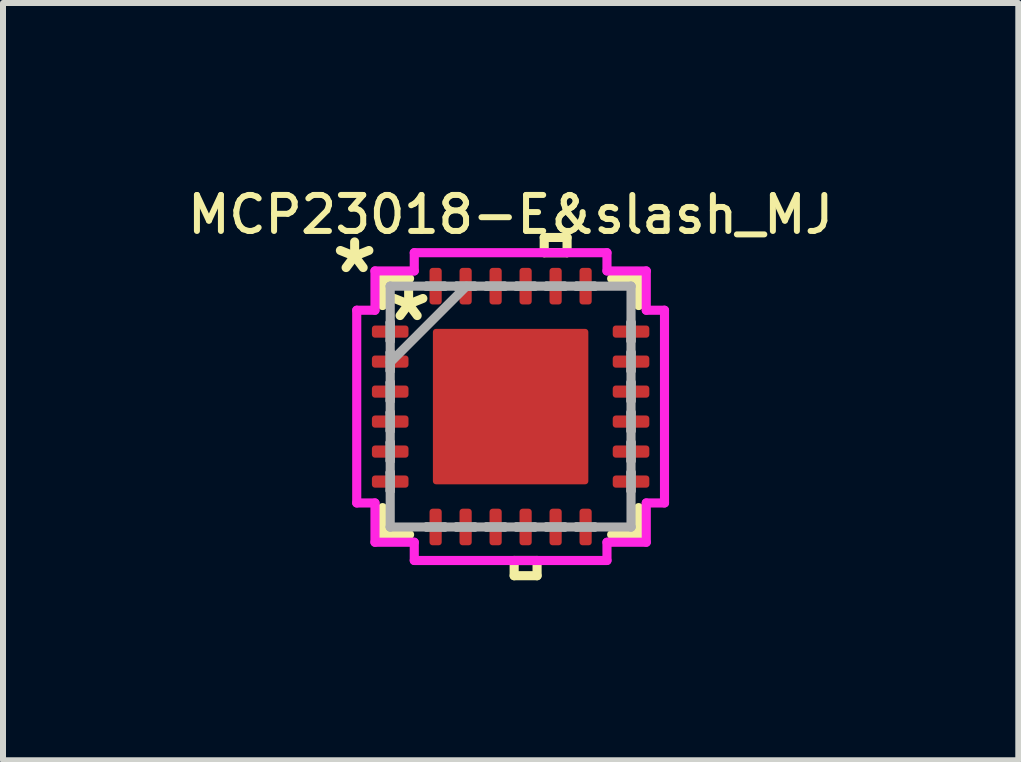
<source format=kicad_pcb>
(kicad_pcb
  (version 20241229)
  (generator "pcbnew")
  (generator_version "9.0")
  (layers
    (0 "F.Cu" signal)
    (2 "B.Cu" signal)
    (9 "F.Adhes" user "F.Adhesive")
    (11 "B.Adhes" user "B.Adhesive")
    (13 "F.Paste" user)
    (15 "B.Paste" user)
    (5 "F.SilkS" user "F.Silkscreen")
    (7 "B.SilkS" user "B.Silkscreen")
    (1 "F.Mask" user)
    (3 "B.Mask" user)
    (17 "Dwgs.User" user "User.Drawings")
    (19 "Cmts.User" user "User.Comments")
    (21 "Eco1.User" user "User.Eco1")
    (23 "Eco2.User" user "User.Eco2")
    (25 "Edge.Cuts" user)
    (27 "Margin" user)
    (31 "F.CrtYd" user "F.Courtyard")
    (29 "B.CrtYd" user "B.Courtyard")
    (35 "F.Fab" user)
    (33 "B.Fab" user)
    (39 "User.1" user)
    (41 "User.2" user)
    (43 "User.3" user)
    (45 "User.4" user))
  (footprint "MCP23018-E&slash_MJ"
    (layer "F.Cu")
    (at 5.461 3.727)
    (property "Reference" "MCP23018-E&slash_MJ" (at 0 -3.2 0) (layer "F.SilkS") (effects (font (size 0.6 0.6) (thickness 0.1))))
    (attr smd)
    (fp_line (start -2.134 -2.134) (end -2.134 -1.684) (stroke (width 0.152) (type solid)) (layer "F.SilkS"))
    (fp_line (start -2.134 1.684) (end -2.134 2.134) (stroke (width 0.152) (type solid)) (layer "F.SilkS"))
    (fp_line (start -2.134 2.134) (end -1.684 2.134) (stroke (width 0.152) (type solid)) (layer "F.SilkS"))
    (fp_line (start -1.684 -2.134) (end -2.134 -2.134) (stroke (width 0.152) (type solid)) (layer "F.SilkS"))
    (fp_line (start 0.059 2.565) (end 0.059 2.819) (stroke (width 0.152) (type solid)) (layer "F.SilkS"))
    (fp_line (start 0.059 2.819) (end 0.441 2.819) (stroke (width 0.152) (type solid)) (layer "F.SilkS"))
    (fp_line (start 0.441 2.565) (end 0.059 2.565) (stroke (width 0.152) (type solid)) (layer "F.SilkS"))
    (fp_line (start 0.441 2.819) (end 0.441 2.565) (stroke (width 0.152) (type solid)) (layer "F.SilkS"))
    (fp_line (start 0.56 -2.819) (end 0.941 -2.819) (stroke (width 0.152) (type solid)) (layer "F.SilkS"))
    (fp_line (start 0.56 -2.565) (end 0.56 -2.819) (stroke (width 0.152) (type solid)) (layer "F.SilkS"))
    (fp_line (start 0.941 -2.819) (end 0.941 -2.565) (stroke (width 0.152) (type solid)) (layer "F.SilkS"))
    (fp_line (start 0.941 -2.565) (end 0.56 -2.565) (stroke (width 0.152) (type solid)) (layer "F.SilkS"))
    (fp_line (start 1.684 2.134) (end 2.134 2.134) (stroke (width 0.152) (type solid)) (layer "F.SilkS"))
    (fp_line (start 2.134 -2.134) (end 1.684 -2.134) (stroke (width 0.152) (type solid)) (layer "F.SilkS"))
    (fp_line (start 2.134 -1.684) (end 2.134 -2.134) (stroke (width 0.152) (type solid)) (layer "F.SilkS"))
    (fp_line (start 2.134 2.134) (end 2.134 1.684) (stroke (width 0.152) (type solid)) (layer "F.SilkS"))
    (fp_line (start -1.195 -1.195) (end -1.195 -0.1) (stroke (width 0.152) (type solid)) (layer "F.Paste"))
    (fp_line (start -1.195 -0.1) (end -0.1 -0.1) (stroke (width 0.152) (type solid)) (layer "F.Paste"))
    (fp_line (start -1.195 0.1) (end -1.195 1.195) (stroke (width 0.152) (type solid)) (layer "F.Paste"))
    (fp_line (start -1.195 1.195) (end -0.1 1.195) (stroke (width 0.152) (type solid)) (layer "F.Paste"))
    (fp_line (start -0.1 -1.195) (end -1.195 -1.195) (stroke (width 0.152) (type solid)) (layer "F.Paste"))
    (fp_line (start -0.1 -0.1) (end -0.1 -1.195) (stroke (width 0.152) (type solid)) (layer "F.Paste"))
    (fp_line (start -0.1 0.1) (end -1.195 0.1) (stroke (width 0.152) (type solid)) (layer "F.Paste"))
    (fp_line (start -0.1 1.195) (end -0.1 0.1) (stroke (width 0.152) (type solid)) (layer "F.Paste"))
    (fp_line (start 0.1 -1.195) (end 0.1 -0.1) (stroke (width 0.152) (type solid)) (layer "F.Paste"))
    (fp_line (start 0.1 -0.1) (end 1.195 -0.1) (stroke (width 0.152) (type solid)) (layer "F.Paste"))
    (fp_line (start 0.1 0.1) (end 0.1 1.195) (stroke (width 0.152) (type solid)) (layer "F.Paste"))
    (fp_line (start 0.1 1.195) (end 1.195 1.195) (stroke (width 0.152) (type solid)) (layer "F.Paste"))
    (fp_line (start 1.195 -1.195) (end 0.1 -1.195) (stroke (width 0.152) (type solid)) (layer "F.Paste"))
    (fp_line (start 1.195 -0.1) (end 1.195 -1.195) (stroke (width 0.152) (type solid)) (layer "F.Paste"))
    (fp_line (start 1.195 0.1) (end 0.1 0.1) (stroke (width 0.152) (type solid)) (layer "F.Paste"))
    (fp_line (start 1.195 1.195) (end 1.195 0.1) (stroke (width 0.152) (type solid)) (layer "F.Paste"))
    (fp_line (start -2.565 -1.606) (end -2.261 -1.606) (stroke (width 0.152) (type solid)) (layer "F.CrtYd"))
    (fp_line (start -2.565 1.606) (end -2.565 -1.606) (stroke (width 0.152) (type solid)) (layer "F.CrtYd"))
    (fp_line (start -2.261 -2.261) (end -1.606 -2.261) (stroke (width 0.152) (type solid)) (layer "F.CrtYd"))
    (fp_line (start -2.261 -1.606) (end -2.261 -2.261) (stroke (width 0.152) (type solid)) (layer "F.CrtYd"))
    (fp_line (start -2.261 1.606) (end -2.565 1.606) (stroke (width 0.152) (type solid)) (layer "F.CrtYd"))
    (fp_line (start -2.261 2.261) (end -2.261 1.606) (stroke (width 0.152) (type solid)) (layer "F.CrtYd"))
    (fp_line (start -1.606 -2.565) (end 1.606 -2.565) (stroke (width 0.152) (type solid)) (layer "F.CrtYd"))
    (fp_line (start -1.606 -2.261) (end -1.606 -2.565) (stroke (width 0.152) (type solid)) (layer "F.CrtYd"))
    (fp_line (start -1.606 2.261) (end -2.261 2.261) (stroke (width 0.152) (type solid)) (layer "F.CrtYd"))
    (fp_line (start -1.606 2.565) (end -1.606 2.261) (stroke (width 0.152) (type solid)) (layer "F.CrtYd"))
    (fp_line (start 1.606 -2.565) (end 1.606 -2.261) (stroke (width 0.152) (type solid)) (layer "F.CrtYd"))
    (fp_line (start 1.606 -2.261) (end 2.261 -2.261) (stroke (width 0.152) (type solid)) (layer "F.CrtYd"))
    (fp_line (start 1.606 2.261) (end 1.606 2.565) (stroke (width 0.152) (type solid)) (layer "F.CrtYd"))
    (fp_line (start 1.606 2.565) (end -1.606 2.565) (stroke (width 0.152) (type solid)) (layer "F.CrtYd"))
    (fp_line (start 2.261 -2.261) (end 2.261 -1.606) (stroke (width 0.152) (type solid)) (layer "F.CrtYd"))
    (fp_line (start 2.261 -1.606) (end 2.565 -1.606) (stroke (width 0.152) (type solid)) (layer "F.CrtYd"))
    (fp_line (start 2.261 1.606) (end 2.261 2.261) (stroke (width 0.152) (type solid)) (layer "F.CrtYd"))
    (fp_line (start 2.261 2.261) (end 1.606 2.261) (stroke (width 0.152) (type solid)) (layer "F.CrtYd"))
    (fp_line (start 2.565 -1.606) (end 2.565 1.606) (stroke (width 0.152) (type solid)) (layer "F.CrtYd"))
    (fp_line (start 2.565 1.606) (end 2.261 1.606) (stroke (width 0.152) (type solid)) (layer "F.CrtYd"))
    (fp_line (start -2.007 -2.007) (end -2.007 -2.007) (stroke (width 0.152) (type solid)) (layer "F.Fab"))
    (fp_line (start -2.007 -2.007) (end -2.007 2.007) (stroke (width 0.152) (type solid)) (layer "F.Fab"))
    (fp_line (start -2.007 -1.402) (end -2.007 -1.402) (stroke (width 0.152) (type solid)) (layer "F.Fab"))
    (fp_line (start -2.007 -1.402) (end -2.007 -1.098) (stroke (width 0.152) (type solid)) (layer "F.Fab"))
    (fp_line (start -2.007 -1.098) (end -2.007 -1.402) (stroke (width 0.152) (type solid)) (layer "F.Fab"))
    (fp_line (start -2.007 -1.098) (end -2.007 -1.098) (stroke (width 0.152) (type solid)) (layer "F.Fab"))
    (fp_line (start -2.007 -0.902) (end -2.007 -0.902) (stroke (width 0.152) (type solid)) (layer "F.Fab"))
    (fp_line (start -2.007 -0.902) (end -2.007 -0.598) (stroke (width 0.152) (type solid)) (layer "F.Fab"))
    (fp_line (start -2.007 -0.737) (end -0.737 -2.007) (stroke (width 0.152) (type solid)) (layer "F.Fab"))
    (fp_line (start -2.007 -0.598) (end -2.007 -0.902) (stroke (width 0.152) (type solid)) (layer "F.Fab"))
    (fp_line (start -2.007 -0.598) (end -2.007 -0.598) (stroke (width 0.152) (type solid)) (layer "F.Fab"))
    (fp_line (start -2.007 -0.402) (end -2.007 -0.402) (stroke (width 0.152) (type solid)) (layer "F.Fab"))
    (fp_line (start -2.007 -0.402) (end -2.007 -0.098) (stroke (width 0.152) (type solid)) (layer "F.Fab"))
    (fp_line (start -2.007 -0.098) (end -2.007 -0.402) (stroke (width 0.152) (type solid)) (layer "F.Fab"))
    (fp_line (start -2.007 -0.098) (end -2.007 -0.098) (stroke (width 0.152) (type solid)) (layer "F.Fab"))
    (fp_line (start -2.007 0.098) (end -2.007 0.098) (stroke (width 0.152) (type solid)) (layer "F.Fab"))
    (fp_line (start -2.007 0.098) (end -2.007 0.402) (stroke (width 0.152) (type solid)) (layer "F.Fab"))
    (fp_line (start -2.007 0.402) (end -2.007 0.098) (stroke (width 0.152) (type solid)) (layer "F.Fab"))
    (fp_line (start -2.007 0.402) (end -2.007 0.402) (stroke (width 0.152) (type solid)) (layer "F.Fab"))
    (fp_line (start -2.007 0.598) (end -2.007 0.598) (stroke (width 0.152) (type solid)) (layer "F.Fab"))
    (fp_line (start -2.007 0.598) (end -2.007 0.902) (stroke (width 0.152) (type solid)) (layer "F.Fab"))
    (fp_line (start -2.007 0.902) (end -2.007 0.598) (stroke (width 0.152) (type solid)) (layer "F.Fab"))
    (fp_line (start -2.007 0.902) (end -2.007 0.902) (stroke (width 0.152) (type solid)) (layer "F.Fab"))
    (fp_line (start -2.007 1.098) (end -2.007 1.098) (stroke (width 0.152) (type solid)) (layer "F.Fab"))
    (fp_line (start -2.007 1.098) (end -2.007 1.402) (stroke (width 0.152) (type solid)) (layer "F.Fab"))
    (fp_line (start -2.007 1.402) (end -2.007 1.098) (stroke (width 0.152) (type solid)) (layer "F.Fab"))
    (fp_line (start -2.007 1.402) (end -2.007 1.402) (stroke (width 0.152) (type solid)) (layer "F.Fab"))
    (fp_line (start -2.007 2.007) (end -2.007 2.007) (stroke (width 0.152) (type solid)) (layer "F.Fab"))
    (fp_line (start -2.007 2.007) (end 2.007 2.007) (stroke (width 0.152) (type solid)) (layer "F.Fab"))
    (fp_line (start -1.402 -2.007) (end -1.402 -2.007) (stroke (width 0.152) (type solid)) (layer "F.Fab"))
    (fp_line (start -1.402 -2.007) (end -1.098 -2.007) (stroke (width 0.152) (type solid)) (layer "F.Fab"))
    (fp_line (start -1.402 2.007) (end -1.402 2.007) (stroke (width 0.152) (type solid)) (layer "F.Fab"))
    (fp_line (start -1.402 2.007) (end -1.098 2.007) (stroke (width 0.152) (type solid)) (layer "F.Fab"))
    (fp_line (start -1.098 -2.007) (end -1.402 -2.007) (stroke (width 0.152) (type solid)) (layer "F.Fab"))
    (fp_line (start -1.098 -2.007) (end -1.098 -2.007) (stroke (width 0.152) (type solid)) (layer "F.Fab"))
    (fp_line (start -1.098 2.007) (end -1.402 2.007) (stroke (width 0.152) (type solid)) (layer "F.Fab"))
    (fp_line (start -1.098 2.007) (end -1.098 2.007) (stroke (width 0.152) (type solid)) (layer "F.Fab"))
    (fp_line (start -0.902 -2.007) (end -0.902 -2.007) (stroke (width 0.152) (type solid)) (layer "F.Fab"))
    (fp_line (start -0.902 -2.007) (end -0.598 -2.007) (stroke (width 0.152) (type solid)) (layer "F.Fab"))
    (fp_line (start -0.902 2.007) (end -0.902 2.007) (stroke (width 0.152) (type solid)) (layer "F.Fab"))
    (fp_line (start -0.902 2.007) (end -0.598 2.007) (stroke (width 0.152) (type solid)) (layer "F.Fab"))
    (fp_line (start -0.598 -2.007) (end -0.902 -2.007) (stroke (width 0.152) (type solid)) (layer "F.Fab"))
    (fp_line (start -0.598 -2.007) (end -0.598 -2.007) (stroke (width 0.152) (type solid)) (layer "F.Fab"))
    (fp_line (start -0.598 2.007) (end -0.902 2.007) (stroke (width 0.152) (type solid)) (layer "F.Fab"))
    (fp_line (start -0.598 2.007) (end -0.598 2.007) (stroke (width 0.152) (type solid)) (layer "F.Fab"))
    (fp_line (start -0.402 -2.007) (end -0.402 -2.007) (stroke (width 0.152) (type solid)) (layer "F.Fab"))
    (fp_line (start -0.402 -2.007) (end -0.098 -2.007) (stroke (width 0.152) (type solid)) (layer "F.Fab"))
    (fp_line (start -0.402 2.007) (end -0.402 2.007) (stroke (width 0.152) (type solid)) (layer "F.Fab"))
    (fp_line (start -0.402 2.007) (end -0.098 2.007) (stroke (width 0.152) (type solid)) (layer "F.Fab"))
    (fp_line (start -0.098 -2.007) (end -0.402 -2.007) (stroke (width 0.152) (type solid)) (layer "F.Fab"))
    (fp_line (start -0.098 -2.007) (end -0.098 -2.007) (stroke (width 0.152) (type solid)) (layer "F.Fab"))
    (fp_line (start -0.098 2.007) (end -0.402 2.007) (stroke (width 0.152) (type solid)) (layer "F.Fab"))
    (fp_line (start -0.098 2.007) (end -0.098 2.007) (stroke (width 0.152) (type solid)) (layer "F.Fab"))
    (fp_line (start 0.098 -2.007) (end 0.098 -2.007) (stroke (width 0.152) (type solid)) (layer "F.Fab"))
    (fp_line (start 0.098 -2.007) (end 0.402 -2.007) (stroke (width 0.152) (type solid)) (layer "F.Fab"))
    (fp_line (start 0.098 2.007) (end 0.098 2.007) (stroke (width 0.152) (type solid)) (layer "F.Fab"))
    (fp_line (start 0.098 2.007) (end 0.402 2.007) (stroke (width 0.152) (type solid)) (layer "F.Fab"))
    (fp_line (start 0.402 -2.007) (end 0.098 -2.007) (stroke (width 0.152) (type solid)) (layer "F.Fab"))
    (fp_line (start 0.402 -2.007) (end 0.402 -2.007) (stroke (width 0.152) (type solid)) (layer "F.Fab"))
    (fp_line (start 0.402 2.007) (end 0.098 2.007) (stroke (width 0.152) (type solid)) (layer "F.Fab"))
    (fp_line (start 0.402 2.007) (end 0.402 2.007) (stroke (width 0.152) (type solid)) (layer "F.Fab"))
    (fp_line (start 0.598 -2.007) (end 0.598 -2.007) (stroke (width 0.152) (type solid)) (layer "F.Fab"))
    (fp_line (start 0.598 -2.007) (end 0.902 -2.007) (stroke (width 0.152) (type solid)) (layer "F.Fab"))
    (fp_line (start 0.598 2.007) (end 0.598 2.007) (stroke (width 0.152) (type solid)) (layer "F.Fab"))
    (fp_line (start 0.598 2.007) (end 0.902 2.007) (stroke (width 0.152) (type solid)) (layer "F.Fab"))
    (fp_line (start 0.902 -2.007) (end 0.598 -2.007) (stroke (width 0.152) (type solid)) (layer "F.Fab"))
    (fp_line (start 0.902 -2.007) (end 0.902 -2.007) (stroke (width 0.152) (type solid)) (layer "F.Fab"))
    (fp_line (start 0.902 2.007) (end 0.598 2.007) (stroke (width 0.152) (type solid)) (layer "F.Fab"))
    (fp_line (start 0.902 2.007) (end 0.902 2.007) (stroke (width 0.152) (type solid)) (layer "F.Fab"))
    (fp_line (start 1.098 -2.007) (end 1.098 -2.007) (stroke (width 0.152) (type solid)) (layer "F.Fab"))
    (fp_line (start 1.098 -2.007) (end 1.402 -2.007) (stroke (width 0.152) (type solid)) (layer "F.Fab"))
    (fp_line (start 1.098 2.007) (end 1.098 2.007) (stroke (width 0.152) (type solid)) (layer "F.Fab"))
    (fp_line (start 1.098 2.007) (end 1.402 2.007) (stroke (width 0.152) (type solid)) (layer "F.Fab"))
    (fp_line (start 1.402 -2.007) (end 1.098 -2.007) (stroke (width 0.152) (type solid)) (layer "F.Fab"))
    (fp_line (start 1.402 -2.007) (end 1.402 -2.007) (stroke (width 0.152) (type solid)) (layer "F.Fab"))
    (fp_line (start 1.402 2.007) (end 1.098 2.007) (stroke (width 0.152) (type solid)) (layer "F.Fab"))
    (fp_line (start 1.402 2.007) (end 1.402 2.007) (stroke (width 0.152) (type solid)) (layer "F.Fab"))
    (fp_line (start 2.007 -2.007) (end -2.007 -2.007) (stroke (width 0.152) (type solid)) (layer "F.Fab"))
    (fp_line (start 2.007 -2.007) (end 2.007 -2.007) (stroke (width 0.152) (type solid)) (layer "F.Fab"))
    (fp_line (start 2.007 -1.402) (end 2.007 -1.402) (stroke (width 0.152) (type solid)) (layer "F.Fab"))
    (fp_line (start 2.007 -1.402) (end 2.007 -1.098) (stroke (width 0.152) (type solid)) (layer "F.Fab"))
    (fp_line (start 2.007 -1.098) (end 2.007 -1.402) (stroke (width 0.152) (type solid)) (layer "F.Fab"))
    (fp_line (start 2.007 -1.098) (end 2.007 -1.098) (stroke (width 0.152) (type solid)) (layer "F.Fab"))
    (fp_line (start 2.007 -0.902) (end 2.007 -0.902) (stroke (width 0.152) (type solid)) (layer "F.Fab"))
    (fp_line (start 2.007 -0.902) (end 2.007 -0.598) (stroke (width 0.152) (type solid)) (layer "F.Fab"))
    (fp_line (start 2.007 -0.598) (end 2.007 -0.902) (stroke (width 0.152) (type solid)) (layer "F.Fab"))
    (fp_line (start 2.007 -0.598) (end 2.007 -0.598) (stroke (width 0.152) (type solid)) (layer "F.Fab"))
    (fp_line (start 2.007 -0.402) (end 2.007 -0.402) (stroke (width 0.152) (type solid)) (layer "F.Fab"))
    (fp_line (start 2.007 -0.402) (end 2.007 -0.098) (stroke (width 0.152) (type solid)) (layer "F.Fab"))
    (fp_line (start 2.007 -0.098) (end 2.007 -0.402) (stroke (width 0.152) (type solid)) (layer "F.Fab"))
    (fp_line (start 2.007 -0.098) (end 2.007 -0.098) (stroke (width 0.152) (type solid)) (layer "F.Fab"))
    (fp_line (start 2.007 0.098) (end 2.007 0.098) (stroke (width 0.152) (type solid)) (layer "F.Fab"))
    (fp_line (start 2.007 0.098) (end 2.007 0.402) (stroke (width 0.152) (type solid)) (layer "F.Fab"))
    (fp_line (start 2.007 0.402) (end 2.007 0.098) (stroke (width 0.152) (type solid)) (layer "F.Fab"))
    (fp_line (start 2.007 0.402) (end 2.007 0.402) (stroke (width 0.152) (type solid)) (layer "F.Fab"))
    (fp_line (start 2.007 0.598) (end 2.007 0.598) (stroke (width 0.152) (type solid)) (layer "F.Fab"))
    (fp_line (start 2.007 0.598) (end 2.007 0.902) (stroke (width 0.152) (type solid)) (layer "F.Fab"))
    (fp_line (start 2.007 0.902) (end 2.007 0.598) (stroke (width 0.152) (type solid)) (layer "F.Fab"))
    (fp_line (start 2.007 0.902) (end 2.007 0.902) (stroke (width 0.152) (type solid)) (layer "F.Fab"))
    (fp_line (start 2.007 1.098) (end 2.007 1.098) (stroke (width 0.152) (type solid)) (layer "F.Fab"))
    (fp_line (start 2.007 1.098) (end 2.007 1.402) (stroke (width 0.152) (type solid)) (layer "F.Fab"))
    (fp_line (start 2.007 1.402) (end 2.007 1.098) (stroke (width 0.152) (type solid)) (layer "F.Fab"))
    (fp_line (start 2.007 1.402) (end 2.007 1.402) (stroke (width 0.152) (type solid)) (layer "F.Fab"))
    (fp_line (start 2.007 2.007) (end 2.007 -2.007) (stroke (width 0.152) (type solid)) (layer "F.Fab"))
    (fp_line (start 2.007 2.007) (end 2.007 2.007) (stroke (width 0.152) (type solid)) (layer "F.Fab"))
    (fp_text user "*" (at -1.7 -1.4 0) (layer "F.SilkS") (effects (font (size 1 1) (thickness 0.15))))
    (fp_text user "*" (at -2.6 -2.2 0) (layer "F.SilkS") (effects (font (size 1 1) (thickness 0.15))))
    (pad "1" smd roundrect (at -2.007 -1.25 90) (size 0.203 0.61) (layers "F.Cu" "F.Mask" "F.Paste") (roundrect_rratio 0.25))
    (pad "2" smd roundrect (at -2.007 -0.75 90) (size 0.203 0.61) (layers "F.Cu" "F.Mask" "F.Paste") (roundrect_rratio 0.25))
    (pad "3" smd roundrect (at -2.007 -0.25 90) (size 0.203 0.61) (layers "F.Cu" "F.Mask" "F.Paste") (roundrect_rratio 0.25))
    (pad "4" smd roundrect (at -2.007 0.25 90) (size 0.203 0.61) (layers "F.Cu" "F.Mask" "F.Paste") (roundrect_rratio 0.25))
    (pad "5" smd roundrect (at -2.007 0.75 90) (size 0.203 0.61) (layers "F.Cu" "F.Mask" "F.Paste") (roundrect_rratio 0.25))
    (pad "6" smd roundrect (at -2.007 1.25 90) (size 0.203 0.61) (layers "F.Cu" "F.Mask" "F.Paste") (roundrect_rratio 0.25))
    (pad "7" smd roundrect (at -1.25 2.007) (size 0.203 0.61) (layers "F.Cu" "F.Mask" "F.Paste") (roundrect_rratio 0.25))
    (pad "8" smd roundrect (at -0.75 2.007) (size 0.203 0.61) (layers "F.Cu" "F.Mask" "F.Paste") (roundrect_rratio 0.25))
    (pad "9" smd roundrect (at -0.25 2.007) (size 0.203 0.61) (layers "F.Cu" "F.Mask" "F.Paste") (roundrect_rratio 0.25))
    (pad "10" smd roundrect (at 0.25 2.007) (size 0.203 0.61) (layers "F.Cu" "F.Mask" "F.Paste") (roundrect_rratio 0.25))
    (pad "11" smd roundrect (at 0.75 2.007) (size 0.203 0.61) (layers "F.Cu" "F.Mask" "F.Paste") (roundrect_rratio 0.25))
    (pad "12" smd roundrect (at 1.25 2.007) (size 0.203 0.61) (layers "F.Cu" "F.Mask" "F.Paste") (roundrect_rratio 0.25))
    (pad "13" smd roundrect (at 2.007 1.25 90) (size 0.203 0.61) (layers "F.Cu" "F.Mask" "F.Paste") (roundrect_rratio 0.25))
    (pad "14" smd roundrect (at 2.007 0.75 90) (size 0.203 0.61) (layers "F.Cu" "F.Mask" "F.Paste") (roundrect_rratio 0.25))
    (pad "15" smd roundrect (at 2.007 0.25 90) (size 0.203 0.61) (layers "F.Cu" "F.Mask" "F.Paste") (roundrect_rratio 0.25))
    (pad "16" smd roundrect (at 2.007 -0.25 90) (size 0.203 0.61) (layers "F.Cu" "F.Mask" "F.Paste") (roundrect_rratio 0.25))
    (pad "17" smd roundrect (at 2.007 -0.75 90) (size 0.203 0.61) (layers "F.Cu" "F.Mask" "F.Paste") (roundrect_rratio 0.25))
    (pad "18" smd roundrect (at 2.007 -1.25 90) (size 0.203 0.61) (layers "F.Cu" "F.Mask" "F.Paste") (roundrect_rratio 0.25))
    (pad "19" smd roundrect (at 1.25 -2.007) (size 0.203 0.61) (layers "F.Cu" "F.Mask" "F.Paste") (roundrect_rratio 0.25))
    (pad "20" smd roundrect (at 0.75 -2.007) (size 0.203 0.61) (layers "F.Cu" "F.Mask" "F.Paste") (roundrect_rratio 0.25))
    (pad "21" smd roundrect (at 0.25 -2.007) (size 0.203 0.61) (layers "F.Cu" "F.Mask" "F.Paste") (roundrect_rratio 0.25))
    (pad "22" smd roundrect (at -0.25 -2.007) (size 0.203 0.61) (layers "F.Cu" "F.Mask" "F.Paste") (roundrect_rratio 0.25))
    (pad "23" smd roundrect (at -0.75 -2.007) (size 0.203 0.61) (layers "F.Cu" "F.Mask" "F.Paste") (roundrect_rratio 0.25))
    (pad "24" smd roundrect (at -1.25 -2.007) (size 0.203 0.61) (layers "F.Cu" "F.Mask" "F.Paste") (roundrect_rratio 0.25))
    (pad "25" smd roundrect (at 0 0) (size 2.591 2.591) (layers "F.Cu" "F.Mask" "F.Paste") (roundrect_rratio 0.02)))
  (gr_rect
    (start -3 -3)
    (end 13.923 9.622)
    (stroke (width 0.1) (type default))
    (fill no)
    (layer "Edge.Cuts")))
</source>
